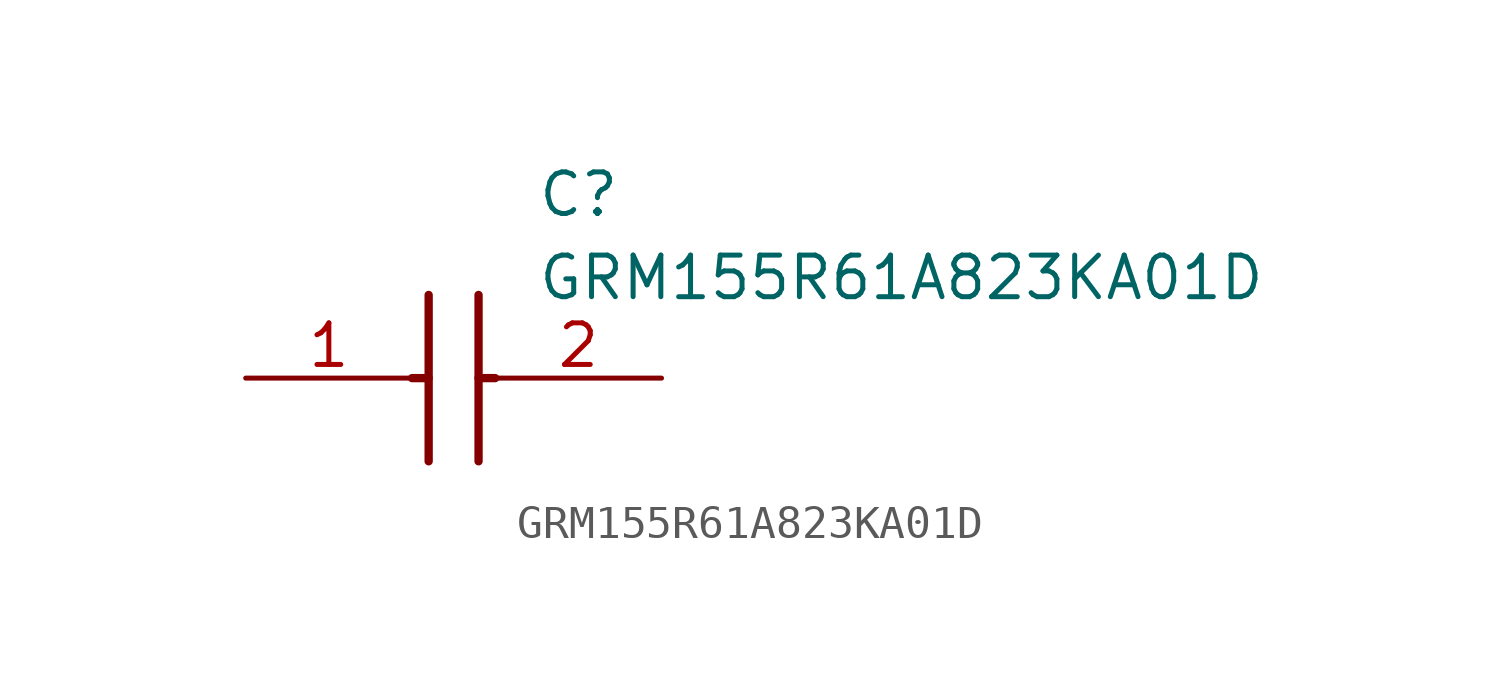
<source format=kicad_sym>
(kicad_symbol_lib
  (version 20211014)
  (generator SamacSys_ECAD_Model)
  (symbol "GRM155R61A823KA01D"
    (pin_names hide)
    (property "Reference" "C"
      (at 8.89 6.35 0)
      (effects (font (size 1.27 1.27)) (justify left top)))
    (property "Value" "GRM155R61A823KA01D"
      (at 8.89 3.81 0)
      (effects (font (size 1.27 1.27)) (justify left top)))
    (polyline
      (pts (xy 5.588 2.54) (xy 5.588 -2.54))
      (stroke (width 0.254) (type default))
      (fill (type none)))
    (polyline
      (pts (xy 7.112 2.54) (xy 7.112 -2.54))
      (stroke (width 0.254) (type default))
      (fill (type none)))
    (polyline
      (pts (xy 5.08 0) (xy 5.588 0))
      (stroke (width 0.254) (type default))
      (fill (type none)))
    (polyline
      (pts (xy 7.112 0) (xy 7.62 0))
      (stroke (width 0.254) (type default))
      (fill (type none)))
    (pin passive line
      (at 0 0 0)
      (length 5.08)
      (name "1" (effects (font (size 1.27 1.27))))
      (number "1" (effects (font (size 1.27 1.27)))))
    (pin passive line
      (at 12.7 0 180)
      (length 5.08)
      (name "2" (effects (font (size 1.27 1.27))))
      (number "2" (effects (font (size 1.27 1.27)))))))
</source>
